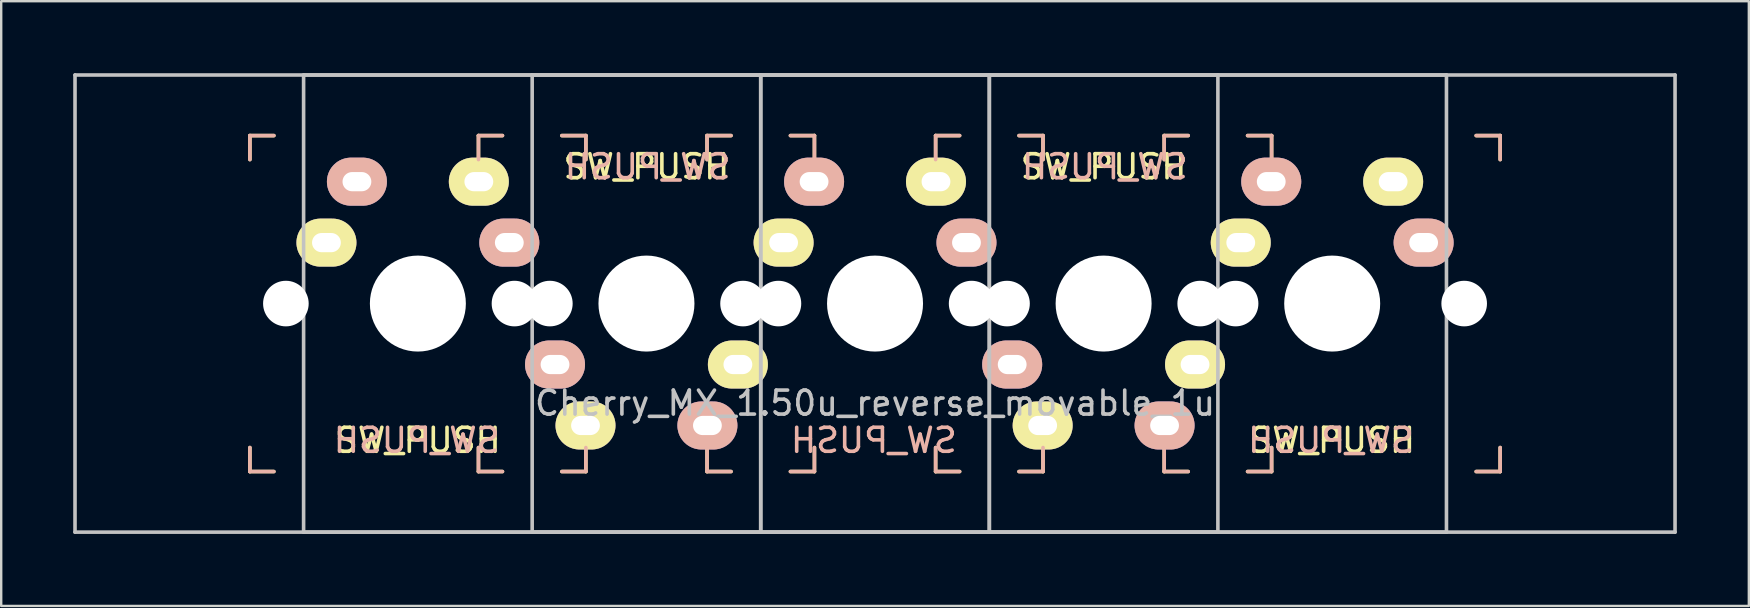
<source format=kicad_pcb>
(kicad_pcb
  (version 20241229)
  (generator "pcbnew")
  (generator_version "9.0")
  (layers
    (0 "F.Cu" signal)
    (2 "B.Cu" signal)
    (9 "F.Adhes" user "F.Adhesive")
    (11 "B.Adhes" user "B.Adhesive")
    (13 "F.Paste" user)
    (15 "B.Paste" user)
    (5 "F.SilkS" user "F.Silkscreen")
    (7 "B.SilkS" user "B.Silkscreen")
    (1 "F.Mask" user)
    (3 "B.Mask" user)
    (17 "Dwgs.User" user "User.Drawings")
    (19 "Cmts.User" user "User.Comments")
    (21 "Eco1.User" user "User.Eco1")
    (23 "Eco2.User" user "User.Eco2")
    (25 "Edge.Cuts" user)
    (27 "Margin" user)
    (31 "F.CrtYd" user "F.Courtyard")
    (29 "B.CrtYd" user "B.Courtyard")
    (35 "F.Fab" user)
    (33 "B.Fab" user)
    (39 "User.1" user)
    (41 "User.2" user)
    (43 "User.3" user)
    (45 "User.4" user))
  (footprint "Cherry_MX_1.50u_reverse_movable_1u"
    (layer "F.Cu")
    (at 33.413 9.6)
    (property "Reference" "Cherry_MX_1.50u_reverse_movable_1u" (at 0 4.15 0) (layer "Dwgs.User") (effects (font (size 1 1) (thickness 0.15))))
    (property "Value" "SW_PUSH" (at 0 5.7 0) (layer "F.SilkS") (hide yes) (effects (font (size 1 1) (thickness 0.15))))
    (attr through_hole)
    (fp_line (start -26.05 -7) (end -25.05 -7) (stroke (width 0.15) (type solid)) (layer "F.SilkS"))
    (fp_line (start -26.05 -6) (end -26.05 -7) (stroke (width 0.15) (type solid)) (layer "F.SilkS"))
    (fp_line (start -26.05 6) (end -26.05 7) (stroke (width 0.15) (type solid)) (layer "F.SilkS"))
    (fp_line (start -25.05 7) (end -26.05 7) (stroke (width 0.15) (type solid)) (layer "F.SilkS"))
    (fp_line (start -16.525 -7) (end -16.525 -6) (stroke (width 0.15) (type solid)) (layer "F.SilkS"))
    (fp_line (start -16.525 6) (end -16.525 7) (stroke (width 0.15) (type solid)) (layer "F.SilkS"))
    (fp_line (start -16.525 7) (end -15.525 7) (stroke (width 0.15) (type solid)) (layer "F.SilkS"))
    (fp_line (start -15.525 -7) (end -16.525 -7) (stroke (width 0.15) (type solid)) (layer "F.SilkS"))
    (fp_line (start -13.05 7) (end -12.05 7) (stroke (width 0.15) (type solid)) (layer "F.SilkS"))
    (fp_line (start -12.05 -7) (end -13.05 -7) (stroke (width 0.15) (type solid)) (layer "F.SilkS"))
    (fp_line (start -12.05 -6) (end -12.05 -7) (stroke (width 0.15) (type solid)) (layer "F.SilkS"))
    (fp_line (start -12.05 7) (end -12.05 6) (stroke (width 0.15) (type solid)) (layer "F.SilkS"))
    (fp_line (start -7 -7) (end -6 -7) (stroke (width 0.15) (type solid)) (layer "F.SilkS"))
    (fp_line (start -7 -6) (end -7 -7) (stroke (width 0.15) (type solid)) (layer "F.SilkS"))
    (fp_line (start -7 6) (end -7 7) (stroke (width 0.15) (type solid)) (layer "F.SilkS"))
    (fp_line (start -6 7) (end -7 7) (stroke (width 0.15) (type solid)) (layer "F.SilkS"))
    (fp_line (start -3.525 -7) (end -2.525 -7) (stroke (width 0.15) (type solid)) (layer "F.SilkS"))
    (fp_line (start -2.525 -6) (end -2.525 -7) (stroke (width 0.15) (type solid)) (layer "F.SilkS"))
    (fp_line (start -2.525 6) (end -2.525 7) (stroke (width 0.15) (type solid)) (layer "F.SilkS"))
    (fp_line (start -2.525 7) (end -3.525 7) (stroke (width 0.15) (type solid)) (layer "F.SilkS"))
    (fp_line (start 2.525 -7) (end 2.525 -6) (stroke (width 0.15) (type solid)) (layer "F.SilkS"))
    (fp_line (start 2.525 6) (end 2.525 7) (stroke (width 0.15) (type solid)) (layer "F.SilkS"))
    (fp_line (start 2.525 7) (end 3.525 7) (stroke (width 0.15) (type solid)) (layer "F.SilkS"))
    (fp_line (start 3.525 -7) (end 2.525 -7) (stroke (width 0.15) (type solid)) (layer "F.SilkS"))
    (fp_line (start 6 7) (end 7 7) (stroke (width 0.15) (type solid)) (layer "F.SilkS"))
    (fp_line (start 7 -7) (end 6 -7) (stroke (width 0.15) (type solid)) (layer "F.SilkS"))
    (fp_line (start 7 -6) (end 7 -7) (stroke (width 0.15) (type solid)) (layer "F.SilkS"))
    (fp_line (start 7 7) (end 7 6) (stroke (width 0.15) (type solid)) (layer "F.SilkS"))
    (fp_line (start 12.05 -7) (end 13.05 -7) (stroke (width 0.15) (type solid)) (layer "F.SilkS"))
    (fp_line (start 12.05 -6) (end 12.05 -7) (stroke (width 0.15) (type solid)) (layer "F.SilkS"))
    (fp_line (start 12.05 6) (end 12.05 7) (stroke (width 0.15) (type solid)) (layer "F.SilkS"))
    (fp_line (start 13.05 7) (end 12.05 7) (stroke (width 0.15) (type solid)) (layer "F.SilkS"))
    (fp_line (start 15.525 -7) (end 16.525 -7) (stroke (width 0.15) (type solid)) (layer "F.SilkS"))
    (fp_line (start 16.525 -6) (end 16.525 -7) (stroke (width 0.15) (type solid)) (layer "F.SilkS"))
    (fp_line (start 16.525 6) (end 16.525 7) (stroke (width 0.15) (type solid)) (layer "F.SilkS"))
    (fp_line (start 16.525 7) (end 15.525 7) (stroke (width 0.15) (type solid)) (layer "F.SilkS"))
    (fp_line (start 25.05 7) (end 26.05 7) (stroke (width 0.15) (type solid)) (layer "F.SilkS"))
    (fp_line (start 26.05 -7) (end 25.05 -7) (stroke (width 0.15) (type solid)) (layer "F.SilkS"))
    (fp_line (start 26.05 -6) (end 26.05 -7) (stroke (width 0.15) (type solid)) (layer "F.SilkS"))
    (fp_line (start 26.05 7) (end 26.05 6) (stroke (width 0.15) (type solid)) (layer "F.SilkS"))
    (fp_line (start -26.05 -7) (end -26.05 -6) (stroke (width 0.15) (type solid)) (layer "B.SilkS"))
    (fp_line (start -26.05 6) (end -26.05 7) (stroke (width 0.15) (type solid)) (layer "B.SilkS"))
    (fp_line (start -26.05 7) (end -25.05 7) (stroke (width 0.15) (type solid)) (layer "B.SilkS"))
    (fp_line (start -25.05 -7) (end -26.05 -7) (stroke (width 0.15) (type solid)) (layer "B.SilkS"))
    (fp_line (start -16.525 -7) (end -16.525 -6) (stroke (width 0.15) (type solid)) (layer "B.SilkS"))
    (fp_line (start -16.525 6) (end -16.525 7) (stroke (width 0.15) (type solid)) (layer "B.SilkS"))
    (fp_line (start -16.525 7) (end -15.525 7) (stroke (width 0.15) (type solid)) (layer "B.SilkS"))
    (fp_line (start -15.525 -7) (end -16.525 -7) (stroke (width 0.15) (type solid)) (layer "B.SilkS"))
    (fp_line (start -13.05 7) (end -12.05 7) (stroke (width 0.15) (type solid)) (layer "B.SilkS"))
    (fp_line (start -12.05 -7) (end -13.05 -7) (stroke (width 0.15) (type solid)) (layer "B.SilkS"))
    (fp_line (start -12.05 -6) (end -12.05 -7) (stroke (width 0.15) (type solid)) (layer "B.SilkS"))
    (fp_line (start -12.05 7) (end -12.05 6) (stroke (width 0.15) (type solid)) (layer "B.SilkS"))
    (fp_line (start -7 -7) (end -7 -6) (stroke (width 0.15) (type solid)) (layer "B.SilkS"))
    (fp_line (start -7 6) (end -7 7) (stroke (width 0.15) (type solid)) (layer "B.SilkS"))
    (fp_line (start -7 7) (end -6 7) (stroke (width 0.15) (type solid)) (layer "B.SilkS"))
    (fp_line (start -6 -7) (end -7 -7) (stroke (width 0.15) (type solid)) (layer "B.SilkS"))
    (fp_line (start -3.525 7) (end -2.525 7) (stroke (width 0.15) (type solid)) (layer "B.SilkS"))
    (fp_line (start -2.525 -7) (end -3.525 -7) (stroke (width 0.15) (type solid)) (layer "B.SilkS"))
    (fp_line (start -2.525 -6) (end -2.525 -7) (stroke (width 0.15) (type solid)) (layer "B.SilkS"))
    (fp_line (start -2.525 7) (end -2.525 6) (stroke (width 0.15) (type solid)) (layer "B.SilkS"))
    (fp_line (start 2.525 -7) (end 2.525 -6) (stroke (width 0.15) (type solid)) (layer "B.SilkS"))
    (fp_line (start 2.525 6) (end 2.525 7) (stroke (width 0.15) (type solid)) (layer "B.SilkS"))
    (fp_line (start 2.525 7) (end 3.525 7) (stroke (width 0.15) (type solid)) (layer "B.SilkS"))
    (fp_line (start 3.525 -7) (end 2.525 -7) (stroke (width 0.15) (type solid)) (layer "B.SilkS"))
    (fp_line (start 6 7) (end 7 7) (stroke (width 0.15) (type solid)) (layer "B.SilkS"))
    (fp_line (start 7 -7) (end 6 -7) (stroke (width 0.15) (type solid)) (layer "B.SilkS"))
    (fp_line (start 7 -6) (end 7 -7) (stroke (width 0.15) (type solid)) (layer "B.SilkS"))
    (fp_line (start 7 7) (end 7 6) (stroke (width 0.15) (type solid)) (layer "B.SilkS"))
    (fp_line (start 12.05 -7) (end 12.05 -6) (stroke (width 0.15) (type solid)) (layer "B.SilkS"))
    (fp_line (start 12.05 6) (end 12.05 7) (stroke (width 0.15) (type solid)) (layer "B.SilkS"))
    (fp_line (start 12.05 7) (end 13.05 7) (stroke (width 0.15) (type solid)) (layer "B.SilkS"))
    (fp_line (start 13.05 -7) (end 12.05 -7) (stroke (width 0.15) (type solid)) (layer "B.SilkS"))
    (fp_line (start 15.525 7) (end 16.525 7) (stroke (width 0.15) (type solid)) (layer "B.SilkS"))
    (fp_line (start 16.525 -7) (end 15.525 -7) (stroke (width 0.15) (type solid)) (layer "B.SilkS"))
    (fp_line (start 16.525 -6) (end 16.525 -7) (stroke (width 0.15) (type solid)) (layer "B.SilkS"))
    (fp_line (start 16.525 7) (end 16.525 6) (stroke (width 0.15) (type solid)) (layer "B.SilkS"))
    (fp_line (start 25.05 7) (end 26.05 7) (stroke (width 0.15) (type solid)) (layer "B.SilkS"))
    (fp_line (start 26.05 -7) (end 25.05 -7) (stroke (width 0.15) (type solid)) (layer "B.SilkS"))
    (fp_line (start 26.05 -6) (end 26.05 -7) (stroke (width 0.15) (type solid)) (layer "B.SilkS"))
    (fp_line (start 26.05 7) (end 26.05 6) (stroke (width 0.15) (type solid)) (layer "B.SilkS"))
    (fp_line (start -33.337 -9.525) (end -4.763 -9.525) (stroke (width 0.15) (type solid)) (layer "Dwgs.User"))
    (fp_line (start -33.337 9.525) (end -33.337 -9.525) (stroke (width 0.15) (type solid)) (layer "Dwgs.User"))
    (fp_line (start -23.812 -9.525) (end 4.763 -9.525) (stroke (width 0.15) (type solid)) (layer "Dwgs.User"))
    (fp_line (start -23.812 9.525) (end -23.812 -9.525) (stroke (width 0.15) (type solid)) (layer "Dwgs.User"))
    (fp_line (start -14.287 -9.525) (end 14.287 -9.525) (stroke (width 0.15) (type solid)) (layer "Dwgs.User"))
    (fp_line (start -14.287 9.525) (end -14.287 -9.525) (stroke (width 0.15) (type solid)) (layer "Dwgs.User"))
    (fp_line (start -4.763 -9.525) (end -4.763 9.525) (stroke (width 0.15) (type solid)) (layer "Dwgs.User"))
    (fp_line (start -4.763 -9.525) (end 23.812 -9.525) (stroke (width 0.15) (type solid)) (layer "Dwgs.User"))
    (fp_line (start -4.763 9.525) (end -33.337 9.525) (stroke (width 0.15) (type solid)) (layer "Dwgs.User"))
    (fp_line (start -4.763 9.525) (end -4.763 -9.525) (stroke (width 0.15) (type solid)) (layer "Dwgs.User"))
    (fp_line (start 4.763 -9.525) (end 4.763 9.525) (stroke (width 0.15) (type solid)) (layer "Dwgs.User"))
    (fp_line (start 4.763 -9.525) (end 33.337 -9.525) (stroke (width 0.15) (type solid)) (layer "Dwgs.User"))
    (fp_line (start 4.763 9.525) (end -23.812 9.525) (stroke (width 0.15) (type solid)) (layer "Dwgs.User"))
    (fp_line (start 4.763 9.525) (end 4.763 -9.525) (stroke (width 0.15) (type solid)) (layer "Dwgs.User"))
    (fp_line (start 14.287 -9.525) (end 14.287 9.525) (stroke (width 0.15) (type solid)) (layer "Dwgs.User"))
    (fp_line (start 14.287 9.525) (end -14.287 9.525) (stroke (width 0.15) (type solid)) (layer "Dwgs.User"))
    (fp_line (start 23.812 -9.525) (end 23.812 9.525) (stroke (width 0.15) (type solid)) (layer "Dwgs.User"))
    (fp_line (start 23.812 9.525) (end -4.763 9.525) (stroke (width 0.15) (type solid)) (layer "Dwgs.User"))
    (fp_line (start 33.337 -9.525) (end 33.337 9.525) (stroke (width 0.15) (type solid)) (layer "Dwgs.User"))
    (fp_line (start 33.337 9.525) (end 4.763 9.525) (stroke (width 0.15) (type solid)) (layer "Dwgs.User"))
    (fp_text user "${VALUE}" (at -19.05 5.7 0) (layer "F.SilkS") (effects (font (size 1 1) (thickness 0.15))))
    (fp_text user "${VALUE}" (at 9.525 -5.7 180) (layer "F.SilkS") (effects (font (size 1 1) (thickness 0.15))))
    (fp_text user "${VALUE}" (at 19.05 5.7 0) (layer "F.SilkS") (effects (font (size 1 1) (thickness 0.15))))
    (fp_text user "${VALUE}" (at -9.525 -5.7 180) (layer "F.SilkS") (effects (font (size 1 1) (thickness 0.15))))
    (fp_text user "${VALUE}" (at 19 5.7 0) (layer "B.SilkS") (effects (font (size 1 1) (thickness 0.15)) (justify mirror)))
    (fp_text user "${VALUE}" (at -19.1 5.7 0) (layer "B.SilkS") (effects (font (size 1 1) (thickness 0.15)) (justify mirror)))
    (fp_text user "${VALUE}" (at -0.05 5.7 0) (layer "B.SilkS") (effects (font (size 1 1) (thickness 0.15)) (justify mirror)))
    (fp_text user "${VALUE}" (at 9.575 -5.7 180) (layer "B.SilkS") (effects (font (size 1 1) (thickness 0.15)) (justify mirror)))
    (fp_text user "${VALUE}" (at -9.475 -5.7 180) (layer "B.SilkS") (effects (font (size 1 1) (thickness 0.15)) (justify mirror)))
    (pad "" np_thru_hole circle (at -24.55 0 90) (size 1.9 1.9) (drill 1.9) (layers "*.Cu" "*.Mask"))
    (pad "" np_thru_hole circle (at -19.05 0 90) (size 4 4) (drill 4) (layers "*.Cu" "*.Mask"))
    (pad "" np_thru_hole circle (at -15.025 0 270) (size 1.9 1.9) (drill 1.9) (layers "*.Cu" "*.Mask"))
    (pad "" np_thru_hole circle (at -13.55 0 90) (size 1.9 1.9) (drill 1.9) (layers "*.Cu" "*.Mask"))
    (pad "" np_thru_hole circle (at -9.525 0 270) (size 4 4) (drill 4) (layers "*.Cu" "*.Mask"))
    (pad "" np_thru_hole circle (at -5.5 0 90) (size 1.9 1.9) (drill 1.9) (layers "*.Cu" "*.Mask"))
    (pad "" np_thru_hole circle (at -4.025 0 270) (size 1.9 1.9) (drill 1.9) (layers "*.Cu" "*.Mask"))
    (pad "" np_thru_hole circle (at 0 0 90) (size 4 4) (drill 4) (layers "*.Cu" "*.Mask"))
    (pad "" np_thru_hole circle (at 4.025 0 270) (size 1.9 1.9) (drill 1.9) (layers "*.Cu" "*.Mask"))
    (pad "" np_thru_hole circle (at 5.5 0 90) (size 1.9 1.9) (drill 1.9) (layers "*.Cu" "*.Mask"))
    (pad "" np_thru_hole circle (at 9.525 0 270) (size 4 4) (drill 4) (layers "*.Cu" "*.Mask"))
    (pad "" np_thru_hole circle (at 13.55 0 90) (size 1.9 1.9) (drill 1.9) (layers "*.Cu" "*.Mask"))
    (pad "" np_thru_hole circle (at 15.025 0 270) (size 1.9 1.9) (drill 1.9) (layers "*.Cu" "*.Mask"))
    (pad "" np_thru_hole circle (at 19.05 0 90) (size 4 4) (drill 4) (layers "*.Cu" "*.Mask"))
    (pad "" np_thru_hole circle (at 24.55 0 90) (size 1.9 1.9) (drill 1.9) (layers "*.Cu" "*.Mask"))
    (pad "1" thru_hole oval (at -16.51 -5.08) (size 2.5 2) (drill oval 1.2 0.8) (layers "*.Cu" "B.Mask" "F.SilkS"))
    (pad "1" thru_hole oval (at -15.24 -2.54) (size 2.5 2) (drill oval 1.2 0.8) (layers "*.Cu" "F.Mask" "B.SilkS"))
    (pad "1" thru_hole oval (at -13.335 2.54 180) (size 2.5 2) (drill oval 1.2 0.8) (layers "*.Cu" "F.Mask" "B.SilkS"))
    (pad "1" thru_hole oval (at -12.065 5.08 180) (size 2.5 2) (drill oval 1.2 0.8) (layers "*.Cu" "B.Mask" "F.SilkS"))
    (pad "1" thru_hole oval (at 2.54 -5.08) (size 2.5 2) (drill oval 1.2 0.8) (layers "*.Cu" "B.Mask" "F.SilkS"))
    (pad "1" thru_hole oval (at 3.81 -2.54) (size 2.5 2) (drill oval 1.2 0.8) (layers "*.Cu" "F.Mask" "B.SilkS"))
    (pad "1" thru_hole oval (at 5.715 2.54 180) (size 2.5 2) (drill oval 1.2 0.8) (layers "*.Cu" "F.Mask" "B.SilkS"))
    (pad "1" thru_hole oval (at 6.985 5.08 180) (size 2.5 2) (drill oval 1.2 0.8) (layers "*.Cu" "B.Mask" "F.SilkS"))
    (pad "1" thru_hole oval (at 21.59 -5.08) (size 2.5 2) (drill oval 1.2 0.8) (layers "*.Cu" "B.Mask" "F.SilkS"))
    (pad "1" thru_hole oval (at 22.86 -2.54) (size 2.5 2) (drill oval 1.2 0.8) (layers "*.Cu" "F.Mask" "B.SilkS"))
    (pad "2" thru_hole oval (at -22.86 -2.54) (size 2.5 2) (drill oval 1.2 0.8) (layers "*.Cu" "B.Mask" "F.SilkS"))
    (pad "2" thru_hole oval (at -21.59 -5.08) (size 2.5 2) (drill oval 1.2 0.8) (layers "*.Cu" "F.Mask" "B.SilkS"))
    (pad "2" thru_hole oval (at -6.985 5.08 180) (size 2.5 2) (drill oval 1.2 0.8) (layers "*.Cu" "F.Mask" "B.SilkS"))
    (pad "2" thru_hole oval (at -5.715 2.54 180) (size 2.5 2) (drill oval 1.2 0.8) (layers "*.Cu" "B.Mask" "F.SilkS"))
    (pad "2" thru_hole oval (at -3.81 -2.54) (size 2.5 2) (drill oval 1.2 0.8) (layers "*.Cu" "B.Mask" "F.SilkS"))
    (pad "2" thru_hole oval (at -2.54 -5.08) (size 2.5 2) (drill oval 1.2 0.8) (layers "*.Cu" "F.Mask" "B.SilkS"))
    (pad "2" thru_hole oval (at 12.065 5.08 180) (size 2.5 2) (drill oval 1.2 0.8) (layers "*.Cu" "F.Mask" "B.SilkS"))
    (pad "2" thru_hole oval (at 13.335 2.54 180) (size 2.5 2) (drill oval 1.2 0.8) (layers "*.Cu" "B.Mask" "F.SilkS"))
    (pad "2" thru_hole oval (at 15.24 -2.54) (size 2.5 2) (drill oval 1.2 0.8) (layers "*.Cu" "B.Mask" "F.SilkS"))
    (pad "2" thru_hole oval (at 16.51 -5.08) (size 2.5 2) (drill oval 1.2 0.8) (layers "*.Cu" "F.Mask" "B.SilkS")))
  (gr_rect
    (start -3 -3)
    (end 69.825 22.2)
    (stroke (width 0.1) (type default))
    (fill no)
    (layer "Edge.Cuts")))
</source>
